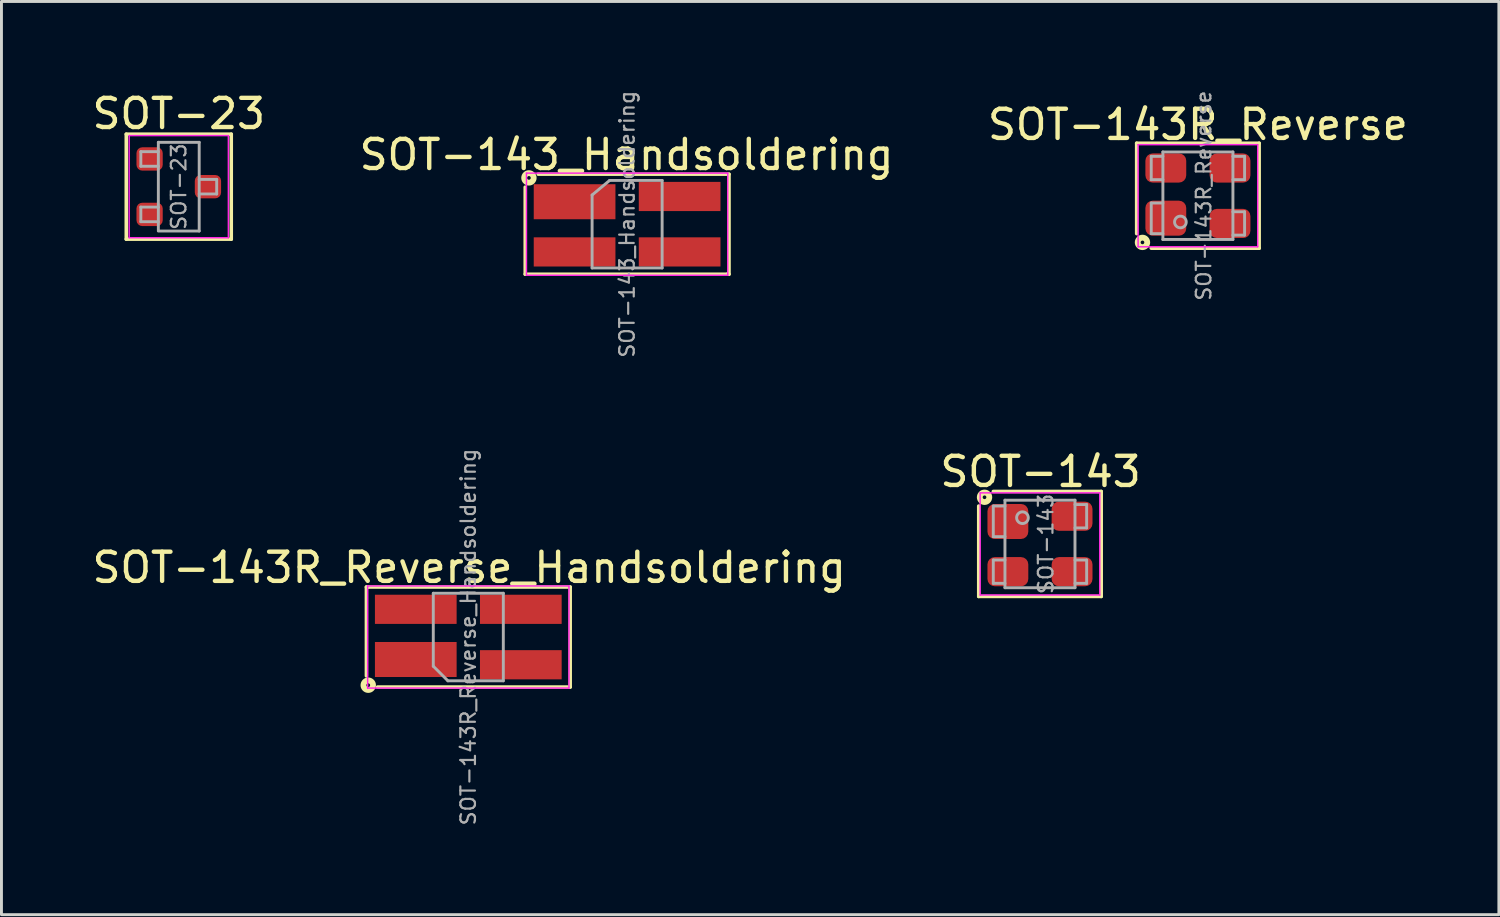
<source format=kicad_pcb>
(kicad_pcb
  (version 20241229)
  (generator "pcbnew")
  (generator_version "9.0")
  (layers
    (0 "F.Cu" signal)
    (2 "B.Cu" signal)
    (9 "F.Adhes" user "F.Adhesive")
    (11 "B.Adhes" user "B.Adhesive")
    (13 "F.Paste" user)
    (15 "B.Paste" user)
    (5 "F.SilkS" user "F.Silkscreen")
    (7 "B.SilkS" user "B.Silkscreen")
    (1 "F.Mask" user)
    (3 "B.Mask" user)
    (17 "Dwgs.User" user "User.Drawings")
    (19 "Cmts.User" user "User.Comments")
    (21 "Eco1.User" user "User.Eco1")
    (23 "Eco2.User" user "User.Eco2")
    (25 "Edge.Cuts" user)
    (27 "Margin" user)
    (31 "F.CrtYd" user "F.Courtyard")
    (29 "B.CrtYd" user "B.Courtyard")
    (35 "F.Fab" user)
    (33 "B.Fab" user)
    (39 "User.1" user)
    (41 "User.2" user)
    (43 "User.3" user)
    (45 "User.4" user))
  (footprint "SOT-143"
    (layer "F.Cu")
    (at 32.593 15.593)
    (property "Reference" "SOT-143" (at 0.02 -2.477 0) (layer "F.SilkS") (effects (font (size 1 1) (thickness 0.15))))
    (attr smd)
    (fp_line (start -2.1 -1.3) (end -2.1 1.8) (stroke (width 0.12) (type solid)) (layer "F.SilkS"))
    (fp_line (start -2.1 1.8) (end 2.1 1.8) (stroke (width 0.12) (type solid)) (layer "F.SilkS"))
    (fp_line (start 2.1 -1.8) (end -1.6 -1.8) (stroke (width 0.12) (type solid)) (layer "F.SilkS"))
    (fp_line (start 2.1 1.8) (end 2.1 -1.8) (stroke (width 0.12) (type solid)) (layer "F.SilkS"))
    (fp_circle (center -1.9 -1.6) (end -1.837 -1.6) (stroke (width 0.2) (type solid)) (fill no) (layer "F.SilkS"))
    (fp_line (start -2.05 1.75) (end -2.05 -1.75) (stroke (width 0.05) (type solid)) (layer "F.CrtYd"))
    (fp_line (start -2.05 1.75) (end 2.05 1.75) (stroke (width 0.05) (type solid)) (layer "F.CrtYd"))
    (fp_line (start 2.05 -1.75) (end -2.05 -1.75) (stroke (width 0.05) (type solid)) (layer "F.CrtYd"))
    (fp_line (start 2.05 -1.75) (end 2.05 1.75) (stroke (width 0.05) (type solid)) (layer "F.CrtYd"))
    (fp_line (start -1.6 -1.3) (end -1.6 -0.25) (stroke (width 0.1) (type solid)) (layer "F.Fab"))
    (fp_line (start -1.6 -0.25) (end -1.2 -0.25) (stroke (width 0.1) (type solid)) (layer "F.Fab"))
    (fp_line (start -1.6 0.55) (end -1.6 1.35) (stroke (width 0.1) (type solid)) (layer "F.Fab"))
    (fp_line (start -1.6 1.35) (end -1.2 1.35) (stroke (width 0.1) (type solid)) (layer "F.Fab"))
    (fp_line (start -1.2 -1.5) (end 1.2 -1.5) (stroke (width 0.1) (type solid)) (layer "F.Fab"))
    (fp_line (start -1.2 -1.3) (end -1.6 -1.3) (stroke (width 0.1) (type solid)) (layer "F.Fab"))
    (fp_line (start -1.2 0.55) (end -1.6 0.55) (stroke (width 0.1) (type solid)) (layer "F.Fab"))
    (fp_line (start -1.2 1.5) (end -1.2 -1.5) (stroke (width 0.1) (type solid)) (layer "F.Fab"))
    (fp_line (start 1.2 -1.5) (end 1.2 1.5) (stroke (width 0.1) (type solid)) (layer "F.Fab"))
    (fp_line (start 1.2 -0.55) (end 1.6 -0.55) (stroke (width 0.1) (type solid)) (layer "F.Fab"))
    (fp_line (start 1.2 1.35) (end 1.6 1.35) (stroke (width 0.1) (type solid)) (layer "F.Fab"))
    (fp_line (start 1.2 1.5) (end -1.2 1.5) (stroke (width 0.1) (type solid)) (layer "F.Fab"))
    (fp_line (start 1.6 -1.35) (end 1.2 -1.35) (stroke (width 0.1) (type solid)) (layer "F.Fab"))
    (fp_line (start 1.6 -0.55) (end 1.6 -1.35) (stroke (width 0.1) (type solid)) (layer "F.Fab"))
    (fp_line (start 1.6 0.55) (end 1.2 0.55) (stroke (width 0.1) (type solid)) (layer "F.Fab"))
    (fp_line (start 1.6 1.35) (end 1.6 0.55) (stroke (width 0.1) (type solid)) (layer "F.Fab"))
    (fp_circle (center -0.6 -0.9) (end -0.4 -0.9) (stroke (width 0.1) (type solid)) (fill no) (layer "F.Fab"))
    (fp_text user "${REFERENCE}" (at 0.2 0 90) (layer "F.Fab") (effects (font (size 0.5 0.5) (thickness 0.075))))
    (pad "1" smd roundrect (at -1.1 -0.77 270) (size 1.2 1.4) (layers "F.Cu" "F.Mask" "F.Paste") (roundrect_rratio 0.208))
    (pad "2" smd roundrect (at -1.1 0.95 270) (size 1 1.4) (layers "F.Cu" "F.Mask" "F.Paste") (roundrect_rratio 0.25))
    (pad "3" smd roundrect (at 1.1 0.95 270) (size 1 1.4) (layers "F.Cu" "F.Mask" "F.Paste") (roundrect_rratio 0.25))
    (pad "4" smd roundrect (at 1.1 -0.95 270) (size 1 1.4) (layers "F.Cu" "F.Mask" "F.Paste") (roundrect_rratio 0.25)))
  (footprint "SOT-143_Handsoldering"
    (layer "F.Cu")
    (at 18.443 4.634)
    (property "Reference" "SOT-143_Handsoldering" (at -0.02 -2.38 0) (layer "F.SilkS") (effects (font (size 1 1) (thickness 0.15))))
    (attr smd)
    (fp_line (start -3.493 -1.27) (end -3.493 1.714) (stroke (width 0.12) (type solid)) (layer "F.SilkS"))
    (fp_line (start -3.493 1.714) (end 3.429 1.714) (stroke (width 0.12) (type solid)) (layer "F.SilkS"))
    (fp_line (start 3.429 1.714) (end 3.493 1.714) (stroke (width 0.12) (type solid)) (layer "F.SilkS"))
    (fp_line (start 3.493 -1.714) (end -3.048 -1.714) (stroke (width 0.12) (type solid)) (layer "F.SilkS"))
    (fp_line (start 3.493 1.714) (end 3.493 -1.714) (stroke (width 0.12) (type solid)) (layer "F.SilkS"))
    (fp_circle (center -3.365 -1.587) (end -3.302 -1.587) (stroke (width 0.2) (type solid)) (fill no) (layer "F.SilkS"))
    (fp_line (start -3.45 1.75) (end -3.45 -1.75) (stroke (width 0.05) (type solid)) (layer "F.CrtYd"))
    (fp_line (start -3.45 1.75) (end 3.45 1.75) (stroke (width 0.05) (type solid)) (layer "F.CrtYd"))
    (fp_line (start 3.45 -1.75) (end -3.45 -1.75) (stroke (width 0.05) (type solid)) (layer "F.CrtYd"))
    (fp_line (start 3.45 -1.75) (end 3.45 1.75) (stroke (width 0.05) (type solid)) (layer "F.CrtYd"))
    (fp_line (start -1.2 1.5) (end -1.2 -1) (stroke (width 0.1) (type solid)) (layer "F.Fab"))
    (fp_line (start -0.6 -1.5) (end -1.2 -1) (stroke (width 0.1) (type solid)) (layer "F.Fab"))
    (fp_line (start -0.6 -1.5) (end 1.2 -1.5) (stroke (width 0.1) (type solid)) (layer "F.Fab"))
    (fp_line (start 1.2 -1.5) (end 1.2 1.5) (stroke (width 0.1) (type solid)) (layer "F.Fab"))
    (fp_line (start 1.2 1.5) (end -1.2 1.5) (stroke (width 0.1) (type solid)) (layer "F.Fab"))
    (fp_text user "${REFERENCE}" (at 0 0 90) (layer "F.Fab") (effects (font (size 0.5 0.5) (thickness 0.075))))
    (pad "1" smd rect (at -1.8 -0.77 270) (size 1.2 2.8) (layers "F.Cu" "F.Mask" "F.Paste"))
    (pad "2" smd rect (at -1.8 0.95 270) (size 1 2.8) (layers "F.Cu" "F.Mask" "F.Paste"))
    (pad "3" smd rect (at 1.8 0.95 270) (size 1 2.8) (layers "F.Cu" "F.Mask" "F.Paste"))
    (pad "4" smd trapezoid (at 1.8 -0.95 270) (size 1 2.8) (layers "F.Cu" "F.Mask" "F.Paste")))
  (footprint "SOT-143R_Reverse_Handsoldering"
    (layer "F.Cu")
    (at 13 18.783)
    (property "Reference" "SOT-143R_Reverse_Handsoldering" (at 0.03 -2.38 0) (layer "F.SilkS") (effects (font (size 1 1) (thickness 0.15))))
    (attr smd)
    (fp_line (start -3.493 -1.714) (end -3.493 1.333) (stroke (width 0.12) (type solid)) (layer "F.SilkS"))
    (fp_line (start -3.429 -1.714) (end -3.493 -1.714) (stroke (width 0.12) (type solid)) (layer "F.SilkS"))
    (fp_line (start -3.111 1.714) (end 3.493 1.714) (stroke (width 0.12) (type solid)) (layer "F.SilkS"))
    (fp_line (start 3.493 -1.714) (end -3.429 -1.714) (stroke (width 0.12) (type solid)) (layer "F.SilkS"))
    (fp_line (start 3.493 1.714) (end 3.493 -1.714) (stroke (width 0.12) (type solid)) (layer "F.SilkS"))
    (fp_circle (center -3.429 1.651) (end -3.365 1.651) (stroke (width 0.2) (type solid)) (fill no) (layer "F.SilkS"))
    (fp_line (start -3.45 1.75) (end -3.45 -1.75) (stroke (width 0.05) (type solid)) (layer "F.CrtYd"))
    (fp_line (start -3.45 1.75) (end 3.45 1.75) (stroke (width 0.05) (type solid)) (layer "F.CrtYd"))
    (fp_line (start 3.45 -1.75) (end -3.45 -1.75) (stroke (width 0.05) (type solid)) (layer "F.CrtYd"))
    (fp_line (start 3.45 -1.75) (end 3.45 1.75) (stroke (width 0.05) (type solid)) (layer "F.CrtYd"))
    (fp_line (start -1.2 -1.5) (end 1.2 -1.5) (stroke (width 0.1) (type solid)) (layer "F.Fab"))
    (fp_line (start -1.2 1) (end -1.2 -1.5) (stroke (width 0.1) (type solid)) (layer "F.Fab"))
    (fp_line (start -0.7 1.5) (end -1.2 1) (stroke (width 0.1) (type solid)) (layer "F.Fab"))
    (fp_line (start 1.2 -1.5) (end 1.2 1.5) (stroke (width 0.1) (type solid)) (layer "F.Fab"))
    (fp_line (start 1.2 1.5) (end -0.7 1.5) (stroke (width 0.1) (type solid)) (layer "F.Fab"))
    (fp_text user "${REFERENCE}" (at 0 0 90) (layer "F.Fab") (effects (font (size 0.5 0.5) (thickness 0.075))))
    (pad "1" smd rect (at -1.8 0.77 270) (size 1.2 2.8) (layers "F.Cu" "F.Mask" "F.Paste"))
    (pad "2" smd rect (at -1.8 -0.95 270) (size 1 2.8) (layers "F.Cu" "F.Mask" "F.Paste"))
    (pad "3" smd trapezoid (at 1.8 -0.95 270) (size 1 2.8) (layers "F.Cu" "F.Mask" "F.Paste"))
    (pad "4" smd rect (at 1.8 0.95 270) (size 1 2.8) (layers "F.Cu" "F.Mask" "F.Paste")))
  (footprint "SOT-143R_Reverse"
    (layer "F.Cu")
    (at 38.006 3.658)
    (property "Reference" "SOT-143R_Reverse" (at 0 -2.436 0) (layer "F.SilkS") (effects (font (size 1 1) (thickness 0.15))))
    (attr smd)
    (fp_line (start -2.1 -1.8) (end -2.1 1.3) (stroke (width 0.12) (type solid)) (layer "F.SilkS"))
    (fp_line (start -1.6 1.8) (end 2.1 1.8) (stroke (width 0.12) (type solid)) (layer "F.SilkS"))
    (fp_line (start 2.1 -1.8) (end -2.1 -1.8) (stroke (width 0.12) (type solid)) (layer "F.SilkS"))
    (fp_line (start 2.1 1.8) (end 2.1 -1.8) (stroke (width 0.12) (type solid)) (layer "F.SilkS"))
    (fp_circle (center -1.9 1.6) (end -1.837 1.6) (stroke (width 0.2) (type solid)) (fill no) (layer "F.SilkS"))
    (fp_line (start -2.05 1.75) (end -2.05 -1.75) (stroke (width 0.05) (type solid)) (layer "F.CrtYd"))
    (fp_line (start -2.05 1.75) (end 2.05 1.75) (stroke (width 0.05) (type solid)) (layer "F.CrtYd"))
    (fp_line (start 2.05 -1.75) (end -2.05 -1.75) (stroke (width 0.05) (type solid)) (layer "F.CrtYd"))
    (fp_line (start 2.05 -1.75) (end 2.05 1.75) (stroke (width 0.05) (type solid)) (layer "F.CrtYd"))
    (fp_line (start -1.6 -1.35) (end -1.2 -1.35) (stroke (width 0.1) (type solid)) (layer "F.Fab"))
    (fp_line (start -1.6 -0.55) (end -1.6 -1.35) (stroke (width 0.1) (type solid)) (layer "F.Fab"))
    (fp_line (start -1.6 0.25) (end -1.2 0.25) (stroke (width 0.1) (type solid)) (layer "F.Fab"))
    (fp_line (start -1.6 1.3) (end -1.6 0.25) (stroke (width 0.1) (type solid)) (layer "F.Fab"))
    (fp_line (start -1.2 -1.5) (end 1.2 -1.5) (stroke (width 0.1) (type solid)) (layer "F.Fab"))
    (fp_line (start -1.2 -0.55) (end -1.6 -0.55) (stroke (width 0.1) (type solid)) (layer "F.Fab"))
    (fp_line (start -1.2 1.3) (end -1.6 1.3) (stroke (width 0.1) (type solid)) (layer "F.Fab"))
    (fp_line (start -1.2 1.5) (end -1.2 -1.5) (stroke (width 0.1) (type solid)) (layer "F.Fab"))
    (fp_line (start 1.2 -1.5) (end 1.2 1.5) (stroke (width 0.1) (type solid)) (layer "F.Fab"))
    (fp_line (start 1.2 -1.35) (end 1.6 -1.35) (stroke (width 0.1) (type solid)) (layer "F.Fab"))
    (fp_line (start 1.2 0.55) (end 1.6 0.55) (stroke (width 0.1) (type solid)) (layer "F.Fab"))
    (fp_line (start 1.2 1.5) (end -1.2 1.5) (stroke (width 0.1) (type solid)) (layer "F.Fab"))
    (fp_line (start 1.6 -1.35) (end 1.6 -0.55) (stroke (width 0.1) (type solid)) (layer "F.Fab"))
    (fp_line (start 1.6 -0.55) (end 1.2 -0.55) (stroke (width 0.1) (type solid)) (layer "F.Fab"))
    (fp_line (start 1.6 0.55) (end 1.6 1.35) (stroke (width 0.1) (type solid)) (layer "F.Fab"))
    (fp_line (start 1.6 1.35) (end 1.2 1.35) (stroke (width 0.1) (type solid)) (layer "F.Fab"))
    (fp_circle (center -0.6 0.9) (end -0.4 0.9) (stroke (width 0.1) (type solid)) (fill no) (layer "F.Fab"))
    (fp_text user "${REFERENCE}" (at 0.2 0 90) (layer "F.Fab") (effects (font (size 0.5 0.5) (thickness 0.075))))
    (pad "1" smd roundrect (at -1.1 0.77 270) (size 1.2 1.4) (layers "F.Cu" "F.Mask" "F.Paste") (roundrect_rratio 0.208))
    (pad "2" smd roundrect (at -1.1 -0.95 270) (size 1 1.4) (layers "F.Cu" "F.Mask" "F.Paste") (roundrect_rratio 0.25))
    (pad "3" smd roundrect (at 1.1 -0.95 270) (size 1 1.4) (layers "F.Cu" "F.Mask" "F.Paste") (roundrect_rratio 0.25))
    (pad "4" smd roundrect (at 1.1 0.95 270) (size 1 1.4) (layers "F.Cu" "F.Mask" "F.Paste") (roundrect_rratio 0.25)))
  (footprint "SOT-23"
    (layer "F.Cu")
    (at 3.077 3.348)
    (property "Reference" "SOT-23" (at 0 -2.5 0) (layer "F.SilkS") (effects (font (size 1 1) (thickness 0.15))))
    (attr smd)
    (fp_line (start -1.8 -1.8) (end -1.8 1.8) (stroke (width 0.12) (type solid)) (layer "F.SilkS"))
    (fp_line (start -1.8 1.8) (end 1.8 1.8) (stroke (width 0.12) (type solid)) (layer "F.SilkS"))
    (fp_line (start 1.8 -1.8) (end -1.8 -1.8) (stroke (width 0.12) (type solid)) (layer "F.SilkS"))
    (fp_line (start 1.8 1.8) (end 1.8 -1.8) (stroke (width 0.12) (type solid)) (layer "F.SilkS"))
    (fp_line (start -1.7 -1.75) (end 1.7 -1.75) (stroke (width 0.05) (type solid)) (layer "F.CrtYd"))
    (fp_line (start -1.7 1.75) (end -1.7 -1.75) (stroke (width 0.05) (type solid)) (layer "F.CrtYd"))
    (fp_line (start 1.7 -1.75) (end 1.7 1.75) (stroke (width 0.05) (type solid)) (layer "F.CrtYd"))
    (fp_line (start 1.7 1.75) (end -1.7 1.75) (stroke (width 0.05) (type solid)) (layer "F.CrtYd"))
    (fp_line (start -1.3 -1.2) (end -1.3 -0.7) (stroke (width 0.1) (type solid)) (layer "F.Fab"))
    (fp_line (start -1.3 -0.7) (end -0.7 -0.7) (stroke (width 0.1) (type solid)) (layer "F.Fab"))
    (fp_line (start -1.3 0.7) (end -1.3 1.2) (stroke (width 0.1) (type solid)) (layer "F.Fab"))
    (fp_line (start -1.3 1.2) (end -0.7 1.2) (stroke (width 0.1) (type solid)) (layer "F.Fab"))
    (fp_line (start -0.7 -1.52) (end -0.7 1.5) (stroke (width 0.1) (type solid)) (layer "F.Fab"))
    (fp_line (start -0.7 -1.52) (end 0.7 -1.52) (stroke (width 0.1) (type solid)) (layer "F.Fab"))
    (fp_line (start -0.7 -1.2) (end -1.3 -1.2) (stroke (width 0.1) (type solid)) (layer "F.Fab"))
    (fp_line (start -0.7 0.7) (end -1.3 0.7) (stroke (width 0.1) (type solid)) (layer "F.Fab"))
    (fp_line (start -0.7 1.52) (end 0.7 1.52) (stroke (width 0.1) (type solid)) (layer "F.Fab"))
    (fp_line (start 0.7 -1.52) (end 0.7 1.52) (stroke (width 0.1) (type solid)) (layer "F.Fab"))
    (fp_line (start 0.7 0.25) (end 1.3 0.25) (stroke (width 0.1) (type solid)) (layer "F.Fab"))
    (fp_line (start 1.3 -0.25) (end 0.7 -0.25) (stroke (width 0.1) (type solid)) (layer "F.Fab"))
    (fp_line (start 1.3 0.25) (end 1.3 -0.25) (stroke (width 0.1) (type solid)) (layer "F.Fab"))
    (fp_text user "${REFERENCE}" (at 0 0 90) (layer "F.Fab") (effects (font (size 0.5 0.5) (thickness 0.075))))
    (pad "1" smd roundrect (at -1 -0.95) (size 0.9 0.8) (layers "F.Cu" "F.Mask" "F.Paste") (roundrect_rratio 0.25))
    (pad "2" smd roundrect (at -1 0.95) (size 0.9 0.8) (layers "F.Cu" "F.Mask" "F.Paste") (roundrect_rratio 0.25))
    (pad "3" smd roundrect (at 1 0) (size 0.9 0.8) (layers "F.Cu" "F.Mask" "F.Paste") (roundrect_rratio 0.25)))
  (gr_rect
    (start -3 -3)
    (end 48.321 28.298)
    (stroke (width 0.1) (type default))
    (fill no)
    (layer "Edge.Cuts")))
</source>
